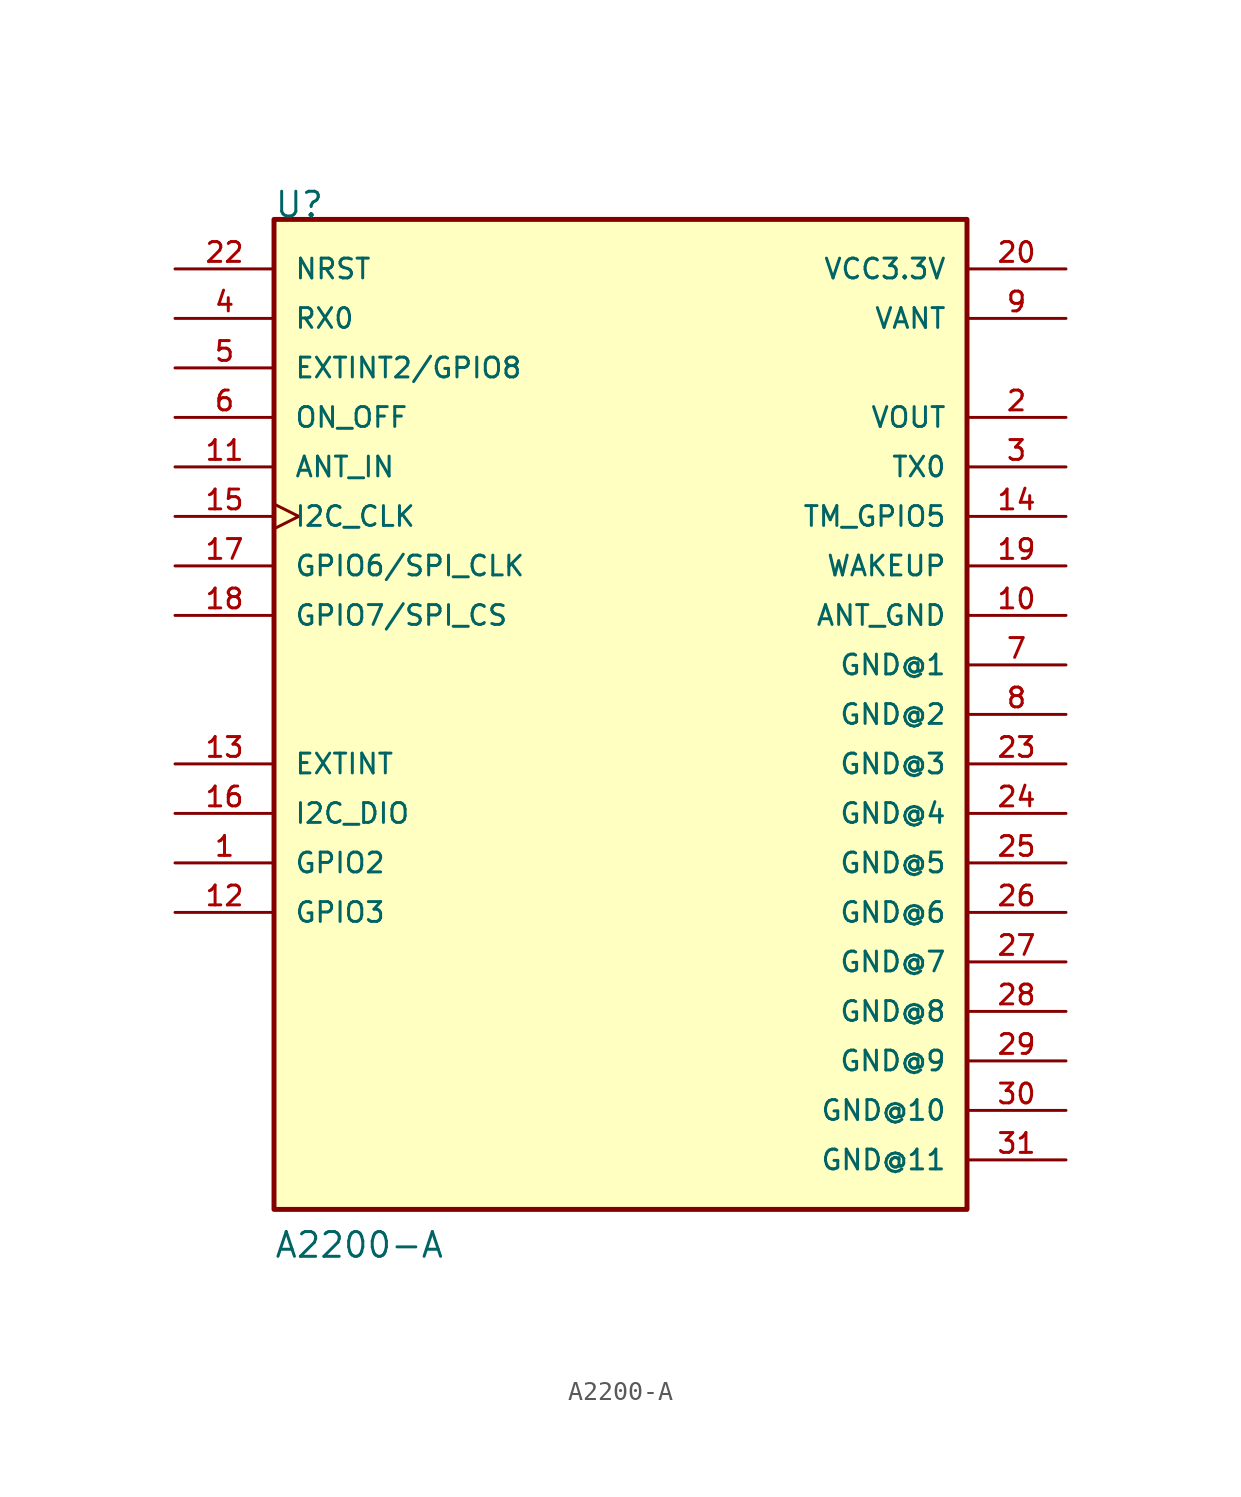
<source format=kicad_sym>
(kicad_symbol_lib
  (version 20211014)
  (generator kicad_symbol_editor)
  (symbol "A2200-A"
    (pin_names
      (offset 1.016))
    (property "Reference" "U"
      (at -17.789 25.413 0)
      (effects (font (size 1.27 1.27)) (justify bottom left)))
    (property "Value" "A2200-A"
      (at -17.799 -27.97 0)
      (effects (font (size 1.27 1.27)) (justify bottom left)))
    (symbol "A2200-A_0_0"
      (rectangle (start -17.78 -25.4) (end 17.78 25.4) (stroke (width 0.254)) (fill (type background)))
      (pin bidirectional line (at -22.86 -7.62 0) (length 5.08) (name "GPIO2" (effects (font (size 1.016 1.016)))) (number "1" (effects (font (size 1.016 1.016)))))
      (pin output line (at 22.86 15.24 180.0) (length 5.08) (name "VOUT" (effects (font (size 1.016 1.016)))) (number "2" (effects (font (size 1.016 1.016)))))
      (pin output line (at 22.86 12.7 180.0) (length 5.08) (name "TX0" (effects (font (size 1.016 1.016)))) (number "3" (effects (font (size 1.016 1.016)))))
      (pin input line (at -22.86 20.32 0) (length 5.08) (name "RX0" (effects (font (size 1.016 1.016)))) (number "4" (effects (font (size 1.016 1.016)))))
      (pin input line (at -22.86 17.78 0) (length 5.08) (name "EXTINT2/GPIO8" (effects (font (size 1.016 1.016)))) (number "5" (effects (font (size 1.016 1.016)))))
      (pin input line (at -22.86 15.24 0) (length 5.08) (name "ON_OFF" (effects (font (size 1.016 1.016)))) (number "6" (effects (font (size 1.016 1.016)))))
      (pin power_in line (at 22.86 20.32 180.0) (length 5.08) (name "VANT" (effects (font (size 1.016 1.016)))) (number "9" (effects (font (size 1.016 1.016)))))
      (pin power_in line (at 22.86 5.08 180.0) (length 5.08) (name "ANT_GND" (effects (font (size 1.016 1.016)))) (number "10" (effects (font (size 1.016 1.016)))))
      (pin input line (at -22.86 12.7 0) (length 5.08) (name "ANT_IN" (effects (font (size 1.016 1.016)))) (number "11" (effects (font (size 1.016 1.016)))))
      (pin bidirectional line (at -22.86 -10.16 0) (length 5.08) (name "GPIO3" (effects (font (size 1.016 1.016)))) (number "12" (effects (font (size 1.016 1.016)))))
      (pin bidirectional line (at -22.86 -2.54 0) (length 5.08) (name "EXTINT" (effects (font (size 1.016 1.016)))) (number "13" (effects (font (size 1.016 1.016)))))
      (pin output line (at 22.86 10.16 180.0) (length 5.08) (name "TM_GPIO5" (effects (font (size 1.016 1.016)))) (number "14" (effects (font (size 1.016 1.016)))))
      (pin input clock (at -22.86 10.16 0) (length 5.08) (name "I2C_CLK" (effects (font (size 1.016 1.016)))) (number "15" (effects (font (size 1.016 1.016)))))
      (pin bidirectional line (at -22.86 -5.08 0) (length 5.08) (name "I2C_DIO" (effects (font (size 1.016 1.016)))) (number "16" (effects (font (size 1.016 1.016)))))
      (pin input line (at -22.86 7.62 0) (length 5.08) (name "GPIO6/SPI_CLK" (effects (font (size 1.016 1.016)))) (number "17" (effects (font (size 1.016 1.016)))))
      (pin input line (at -22.86 5.08 0) (length 5.08) (name "GPIO7/SPI_CS" (effects (font (size 1.016 1.016)))) (number "18" (effects (font (size 1.016 1.016)))))
      (pin output line (at 22.86 7.62 180.0) (length 5.08) (name "WAKEUP" (effects (font (size 1.016 1.016)))) (number "19" (effects (font (size 1.016 1.016)))))
      (pin power_in line (at 22.86 22.86 180.0) (length 5.08) (name "VCC3.3V" (effects (font (size 1.016 1.016)))) (number "20" (effects (font (size 1.016 1.016)))))
      (pin input line (at -22.86 22.86 0) (length 5.08) (name "NRST" (effects (font (size 1.016 1.016)))) (number "22" (effects (font (size 1.016 1.016)))))
      (pin power_in line (at 22.86 2.54 180.0) (length 5.08) (name "GND@1" (effects (font (size 1.016 1.016)))) (number "7" (effects (font (size 1.016 1.016)))))
      (pin power_in line (at 22.86 0.0 180.0) (length 5.08) (name "GND@2" (effects (font (size 1.016 1.016)))) (number "8" (effects (font (size 1.016 1.016)))))
      (pin power_in line (at 22.86 -2.54 180.0) (length 5.08) (name "GND@3" (effects (font (size 1.016 1.016)))) (number "23" (effects (font (size 1.016 1.016)))))
      (pin power_in line (at 22.86 -5.08 180.0) (length 5.08) (name "GND@4" (effects (font (size 1.016 1.016)))) (number "24" (effects (font (size 1.016 1.016)))))
      (pin power_in line (at 22.86 -7.62 180.0) (length 5.08) (name "GND@5" (effects (font (size 1.016 1.016)))) (number "25" (effects (font (size 1.016 1.016)))))
      (pin power_in line (at 22.86 -10.16 180.0) (length 5.08) (name "GND@6" (effects (font (size 1.016 1.016)))) (number "26" (effects (font (size 1.016 1.016)))))
      (pin power_in line (at 22.86 -12.7 180.0) (length 5.08) (name "GND@7" (effects (font (size 1.016 1.016)))) (number "27" (effects (font (size 1.016 1.016)))))
      (pin power_in line (at 22.86 -15.24 180.0) (length 5.08) (name "GND@8" (effects (font (size 1.016 1.016)))) (number "28" (effects (font (size 1.016 1.016)))))
      (pin power_in line (at 22.86 -17.78 180.0) (length 5.08) (name "GND@9" (effects (font (size 1.016 1.016)))) (number "29" (effects (font (size 1.016 1.016)))))
      (pin power_in line (at 22.86 -20.32 180.0) (length 5.08) (name "GND@10" (effects (font (size 1.016 1.016)))) (number "30" (effects (font (size 1.016 1.016)))))
      (pin power_in line (at 22.86 -22.86 180.0) (length 5.08) (name "GND@11" (effects (font (size 1.016 1.016)))) (number "31" (effects (font (size 1.016 1.016))))))))
</source>
